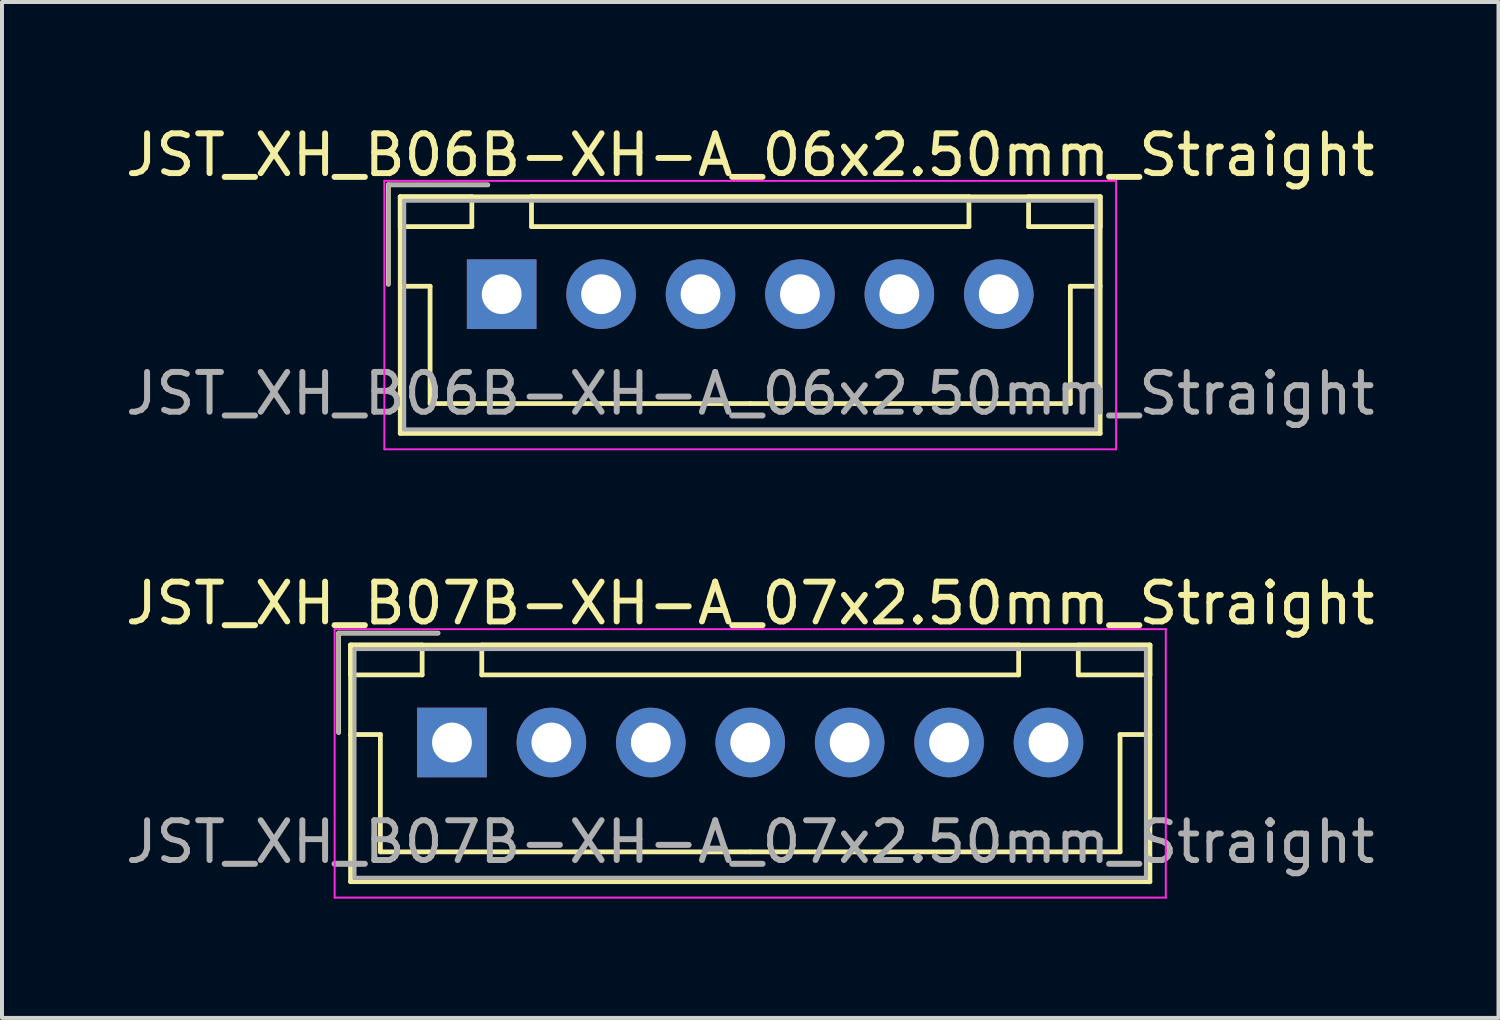
<source format=kicad_pcb>
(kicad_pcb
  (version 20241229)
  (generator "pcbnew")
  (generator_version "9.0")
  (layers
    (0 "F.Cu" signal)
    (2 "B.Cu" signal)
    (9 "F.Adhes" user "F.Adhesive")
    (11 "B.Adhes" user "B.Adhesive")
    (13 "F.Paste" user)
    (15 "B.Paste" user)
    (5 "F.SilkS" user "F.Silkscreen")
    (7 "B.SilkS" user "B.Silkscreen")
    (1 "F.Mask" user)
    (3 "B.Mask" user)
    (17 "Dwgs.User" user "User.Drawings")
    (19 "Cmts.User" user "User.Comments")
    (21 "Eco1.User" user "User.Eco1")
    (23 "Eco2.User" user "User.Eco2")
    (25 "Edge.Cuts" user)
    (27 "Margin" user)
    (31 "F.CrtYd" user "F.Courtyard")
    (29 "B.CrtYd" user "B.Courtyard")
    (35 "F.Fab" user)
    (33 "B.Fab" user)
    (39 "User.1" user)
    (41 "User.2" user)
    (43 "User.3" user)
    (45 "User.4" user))
  (footprint "JST_XH_B07B-XH-A_07x2.50mm_Straight"
    (layer "F.Cu")
    (at 8.315 15.621)
    (property "Reference" "JST_XH_B07B-XH-A_07x2.50mm_Straight" (at 7.5 -3.5 0) (layer "F.SilkS") (effects (font (size 1 1) (thickness 0.15))))
    (attr through_hole)
    (fp_line (start -2.85 -2.75) (end -2.85 -0.25) (stroke (width 0.12) (type solid)) (layer "F.SilkS"))
    (fp_line (start -2.55 -2.45) (end -2.55 -1.7) (stroke (width 0.12) (type solid)) (layer "F.SilkS"))
    (fp_line (start -2.55 -2.45) (end -2.55 3.5) (stroke (width 0.12) (type solid)) (layer "F.SilkS"))
    (fp_line (start -2.55 -1.7) (end -0.75 -1.7) (stroke (width 0.12) (type solid)) (layer "F.SilkS"))
    (fp_line (start -2.55 -0.2) (end -1.8 -0.2) (stroke (width 0.12) (type solid)) (layer "F.SilkS"))
    (fp_line (start -2.55 3.5) (end 17.55 3.5) (stroke (width 0.12) (type solid)) (layer "F.SilkS"))
    (fp_line (start -1.8 -0.2) (end -1.8 2.75) (stroke (width 0.12) (type solid)) (layer "F.SilkS"))
    (fp_line (start -1.8 2.75) (end 7.5 2.75) (stroke (width 0.12) (type solid)) (layer "F.SilkS"))
    (fp_line (start -0.75 -2.45) (end -2.55 -2.45) (stroke (width 0.12) (type solid)) (layer "F.SilkS"))
    (fp_line (start -0.75 -1.7) (end -0.75 -2.45) (stroke (width 0.12) (type solid)) (layer "F.SilkS"))
    (fp_line (start -0.35 -2.75) (end -2.85 -2.75) (stroke (width 0.12) (type solid)) (layer "F.SilkS"))
    (fp_line (start 0.75 -2.45) (end 0.75 -1.7) (stroke (width 0.12) (type solid)) (layer "F.SilkS"))
    (fp_line (start 0.75 -1.7) (end 14.25 -1.7) (stroke (width 0.12) (type solid)) (layer "F.SilkS"))
    (fp_line (start 14.25 -2.45) (end 0.75 -2.45) (stroke (width 0.12) (type solid)) (layer "F.SilkS"))
    (fp_line (start 14.25 -1.7) (end 14.25 -2.45) (stroke (width 0.12) (type solid)) (layer "F.SilkS"))
    (fp_line (start 15.75 -2.45) (end 15.75 -1.7) (stroke (width 0.12) (type solid)) (layer "F.SilkS"))
    (fp_line (start 15.75 -1.7) (end 17.55 -1.7) (stroke (width 0.12) (type solid)) (layer "F.SilkS"))
    (fp_line (start 16.8 -0.2) (end 16.8 2.75) (stroke (width 0.12) (type solid)) (layer "F.SilkS"))
    (fp_line (start 16.8 2.75) (end 7.5 2.75) (stroke (width 0.12) (type solid)) (layer "F.SilkS"))
    (fp_line (start 17.55 -2.45) (end -2.55 -2.45) (stroke (width 0.12) (type solid)) (layer "F.SilkS"))
    (fp_line (start 17.55 -2.45) (end 15.75 -2.45) (stroke (width 0.12) (type solid)) (layer "F.SilkS"))
    (fp_line (start 17.55 -1.7) (end 17.55 -2.45) (stroke (width 0.12) (type solid)) (layer "F.SilkS"))
    (fp_line (start 17.55 -0.2) (end 16.8 -0.2) (stroke (width 0.12) (type solid)) (layer "F.SilkS"))
    (fp_line (start 17.55 3.5) (end 17.55 -2.45) (stroke (width 0.12) (type solid)) (layer "F.SilkS"))
    (fp_line (start -2.95 -2.85) (end -2.95 3.9) (stroke (width 0.05) (type solid)) (layer "F.CrtYd"))
    (fp_line (start -2.95 3.9) (end 17.95 3.9) (stroke (width 0.05) (type solid)) (layer "F.CrtYd"))
    (fp_line (start 17.95 -2.85) (end -2.95 -2.85) (stroke (width 0.05) (type solid)) (layer "F.CrtYd"))
    (fp_line (start 17.95 3.9) (end 17.95 -2.85) (stroke (width 0.05) (type solid)) (layer "F.CrtYd"))
    (fp_line (start -2.85 -2.75) (end -2.85 -0.25) (stroke (width 0.1) (type solid)) (layer "F.Fab"))
    (fp_line (start -2.45 -2.35) (end -2.45 3.4) (stroke (width 0.1) (type solid)) (layer "F.Fab"))
    (fp_line (start -2.45 3.4) (end 17.45 3.4) (stroke (width 0.1) (type solid)) (layer "F.Fab"))
    (fp_line (start -0.35 -2.75) (end -2.85 -2.75) (stroke (width 0.1) (type solid)) (layer "F.Fab"))
    (fp_line (start 17.45 -2.35) (end -2.45 -2.35) (stroke (width 0.1) (type solid)) (layer "F.Fab"))
    (fp_line (start 17.45 3.4) (end 17.45 -2.35) (stroke (width 0.1) (type solid)) (layer "F.Fab"))
    (fp_text user "${REFERENCE}" (at 7.5 2.5 0) (layer "F.Fab") (effects (font (size 1 1) (thickness 0.15))))
    (pad "1" thru_hole rect (at 0 0) (size 1.75 1.75) (drill 1) (layers "*.Cu" "*.Mask"))
    (pad "2" thru_hole circle (at 2.5 0) (size 1.75 1.75) (drill 1) (layers "*.Cu" "*.Mask"))
    (pad "3" thru_hole circle (at 5 0) (size 1.75 1.75) (drill 1) (layers "*.Cu" "*.Mask"))
    (pad "4" thru_hole circle (at 7.5 0) (size 1.75 1.75) (drill 1) (layers "*.Cu" "*.Mask"))
    (pad "5" thru_hole circle (at 10 0) (size 1.75 1.75) (drill 1) (layers "*.Cu" "*.Mask"))
    (pad "6" thru_hole circle (at 12.5 0) (size 1.75 1.75) (drill 1) (layers "*.Cu" "*.Mask"))
    (pad "7" thru_hole circle (at 15 0) (size 1.75 1.75) (drill 1) (layers "*.Cu" "*.Mask")))
  (footprint "JST_XH_B06B-XH-A_06x2.50mm_Straight"
    (layer "F.Cu")
    (at 9.565 4.348)
    (property "Reference" "JST_XH_B06B-XH-A_06x2.50mm_Straight" (at 6.25 -3.5 0) (layer "F.SilkS") (effects (font (size 1 1) (thickness 0.15))))
    (attr through_hole)
    (fp_line (start -2.85 -2.75) (end -2.85 -0.25) (stroke (width 0.12) (type solid)) (layer "F.SilkS"))
    (fp_line (start -2.55 -2.45) (end -2.55 -1.7) (stroke (width 0.12) (type solid)) (layer "F.SilkS"))
    (fp_line (start -2.55 -2.45) (end -2.55 3.5) (stroke (width 0.12) (type solid)) (layer "F.SilkS"))
    (fp_line (start -2.55 -1.7) (end -0.75 -1.7) (stroke (width 0.12) (type solid)) (layer "F.SilkS"))
    (fp_line (start -2.55 -0.2) (end -1.8 -0.2) (stroke (width 0.12) (type solid)) (layer "F.SilkS"))
    (fp_line (start -2.55 3.5) (end 15.05 3.5) (stroke (width 0.12) (type solid)) (layer "F.SilkS"))
    (fp_line (start -1.8 -0.2) (end -1.8 2.75) (stroke (width 0.12) (type solid)) (layer "F.SilkS"))
    (fp_line (start -1.8 2.75) (end 6.25 2.75) (stroke (width 0.12) (type solid)) (layer "F.SilkS"))
    (fp_line (start -0.75 -2.45) (end -2.55 -2.45) (stroke (width 0.12) (type solid)) (layer "F.SilkS"))
    (fp_line (start -0.75 -1.7) (end -0.75 -2.45) (stroke (width 0.12) (type solid)) (layer "F.SilkS"))
    (fp_line (start -0.35 -2.75) (end -2.85 -2.75) (stroke (width 0.12) (type solid)) (layer "F.SilkS"))
    (fp_line (start 0.75 -2.45) (end 0.75 -1.7) (stroke (width 0.12) (type solid)) (layer "F.SilkS"))
    (fp_line (start 0.75 -1.7) (end 11.75 -1.7) (stroke (width 0.12) (type solid)) (layer "F.SilkS"))
    (fp_line (start 11.75 -2.45) (end 0.75 -2.45) (stroke (width 0.12) (type solid)) (layer "F.SilkS"))
    (fp_line (start 11.75 -1.7) (end 11.75 -2.45) (stroke (width 0.12) (type solid)) (layer "F.SilkS"))
    (fp_line (start 13.25 -2.45) (end 13.25 -1.7) (stroke (width 0.12) (type solid)) (layer "F.SilkS"))
    (fp_line (start 13.25 -1.7) (end 15.05 -1.7) (stroke (width 0.12) (type solid)) (layer "F.SilkS"))
    (fp_line (start 14.3 -0.2) (end 14.3 2.75) (stroke (width 0.12) (type solid)) (layer "F.SilkS"))
    (fp_line (start 14.3 2.75) (end 6.25 2.75) (stroke (width 0.12) (type solid)) (layer "F.SilkS"))
    (fp_line (start 15.05 -2.45) (end -2.55 -2.45) (stroke (width 0.12) (type solid)) (layer "F.SilkS"))
    (fp_line (start 15.05 -2.45) (end 13.25 -2.45) (stroke (width 0.12) (type solid)) (layer "F.SilkS"))
    (fp_line (start 15.05 -1.7) (end 15.05 -2.45) (stroke (width 0.12) (type solid)) (layer "F.SilkS"))
    (fp_line (start 15.05 -0.2) (end 14.3 -0.2) (stroke (width 0.12) (type solid)) (layer "F.SilkS"))
    (fp_line (start 15.05 3.5) (end 15.05 -2.45) (stroke (width 0.12) (type solid)) (layer "F.SilkS"))
    (fp_line (start -2.95 -2.85) (end -2.95 3.9) (stroke (width 0.05) (type solid)) (layer "F.CrtYd"))
    (fp_line (start -2.95 3.9) (end 15.45 3.9) (stroke (width 0.05) (type solid)) (layer "F.CrtYd"))
    (fp_line (start 15.45 -2.85) (end -2.95 -2.85) (stroke (width 0.05) (type solid)) (layer "F.CrtYd"))
    (fp_line (start 15.45 3.9) (end 15.45 -2.85) (stroke (width 0.05) (type solid)) (layer "F.CrtYd"))
    (fp_line (start -2.85 -2.75) (end -2.85 -0.25) (stroke (width 0.1) (type solid)) (layer "F.Fab"))
    (fp_line (start -2.45 -2.35) (end -2.45 3.4) (stroke (width 0.1) (type solid)) (layer "F.Fab"))
    (fp_line (start -2.45 3.4) (end 14.95 3.4) (stroke (width 0.1) (type solid)) (layer "F.Fab"))
    (fp_line (start -0.35 -2.75) (end -2.85 -2.75) (stroke (width 0.1) (type solid)) (layer "F.Fab"))
    (fp_line (start 14.95 -2.35) (end -2.45 -2.35) (stroke (width 0.1) (type solid)) (layer "F.Fab"))
    (fp_line (start 14.95 3.4) (end 14.95 -2.35) (stroke (width 0.1) (type solid)) (layer "F.Fab"))
    (fp_text user "${REFERENCE}" (at 6.25 2.5 0) (layer "F.Fab") (effects (font (size 1 1) (thickness 0.15))))
    (pad "1" thru_hole rect (at 0 0) (size 1.75 1.75) (drill 1) (layers "*.Cu" "*.Mask"))
    (pad "2" thru_hole circle (at 2.5 0) (size 1.75 1.75) (drill 1) (layers "*.Cu" "*.Mask"))
    (pad "3" thru_hole circle (at 5 0) (size 1.75 1.75) (drill 1) (layers "*.Cu" "*.Mask"))
    (pad "4" thru_hole circle (at 7.5 0) (size 1.75 1.75) (drill 1) (layers "*.Cu" "*.Mask"))
    (pad "5" thru_hole circle (at 10 0) (size 1.75 1.75) (drill 1) (layers "*.Cu" "*.Mask"))
    (pad "6" thru_hole circle (at 12.5 0) (size 1.75 1.75) (drill 1) (layers "*.Cu" "*.Mask")))
  (gr_rect
    (start -3 -3)
    (end 34.631 22.547)
    (stroke (width 0.1) (type default))
    (fill no)
    (layer "Edge.Cuts")))
</source>
